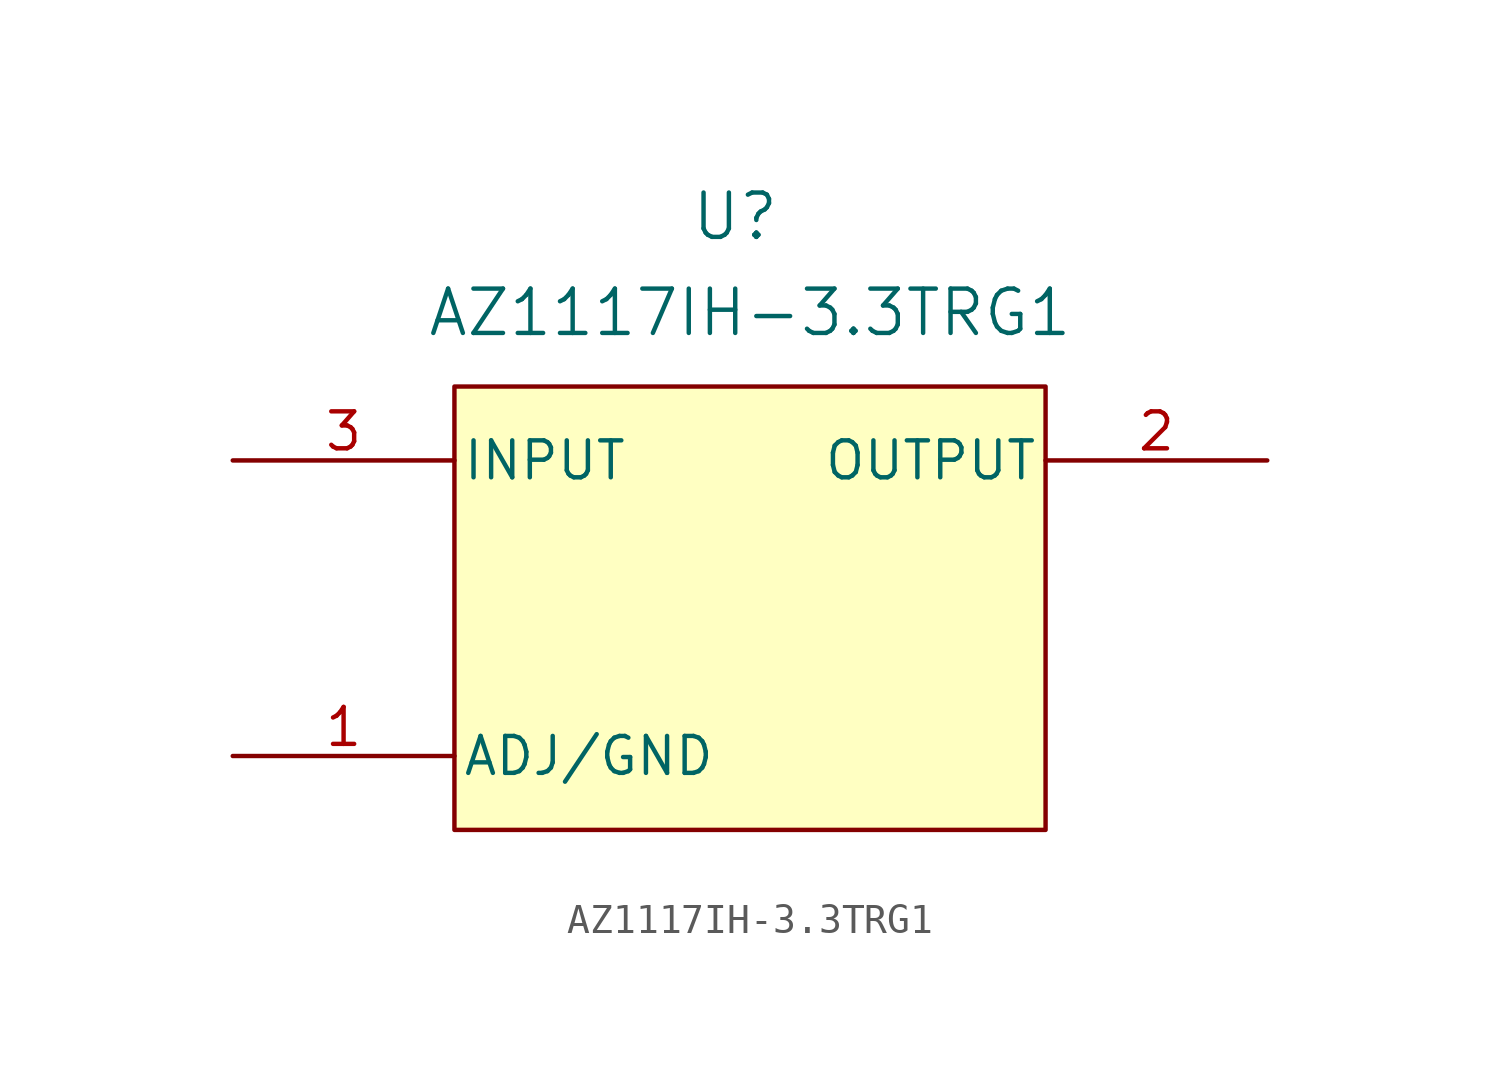
<source format=kicad_sym>
(kicad_symbol_lib
  (version 20231120)
  (generator "kicad_symbol_editor")
  (generator_version "8.0")
  (symbol "AZ1117IH-3.3TRG1"
    (pin_names
      (offset 0.254))
    (property "Reference" "U"
      (at 17.272 9.652 0)
      (effects (font (size 1.524 1.524))))
    (property "Value" "AZ1117IH-3.3TRG1"
      (at 17.78 6.35 0)
      (effects (font (size 1.524 1.524))))
    (property "ki_locked" ""
      (at 0 0 0)
      (effects (font (size 1.27 1.27))))
    (symbol "AZ1117IH-3.3TRG1_0_1"
      (pin power_out line (at 0 -8.89 0) (length 7.62) (name "ADJ/GND" (effects (font (size 1.27 1.27)))) (number "1" (effects (font (size 1.27 1.27)))))
      (pin output line (at 35.56 1.27 180) (length 7.62) (name "OUTPUT" (effects (font (size 1.27 1.27)))) (number "2" (effects (font (size 1.27 1.27)))))
      (pin unspecified line (at 0 1.27 0) (length 7.62) (name "INPUT" (effects (font (size 1.27 1.27)))) (number "3" (effects (font (size 1.27 1.27))))))
    (symbol "AZ1117IH-3.3TRG1_1_1"
      (rectangle (start 7.62 3.81) (end 27.94 -11.43) (stroke (width 0) (type default)) (fill (type background))))))
</source>
